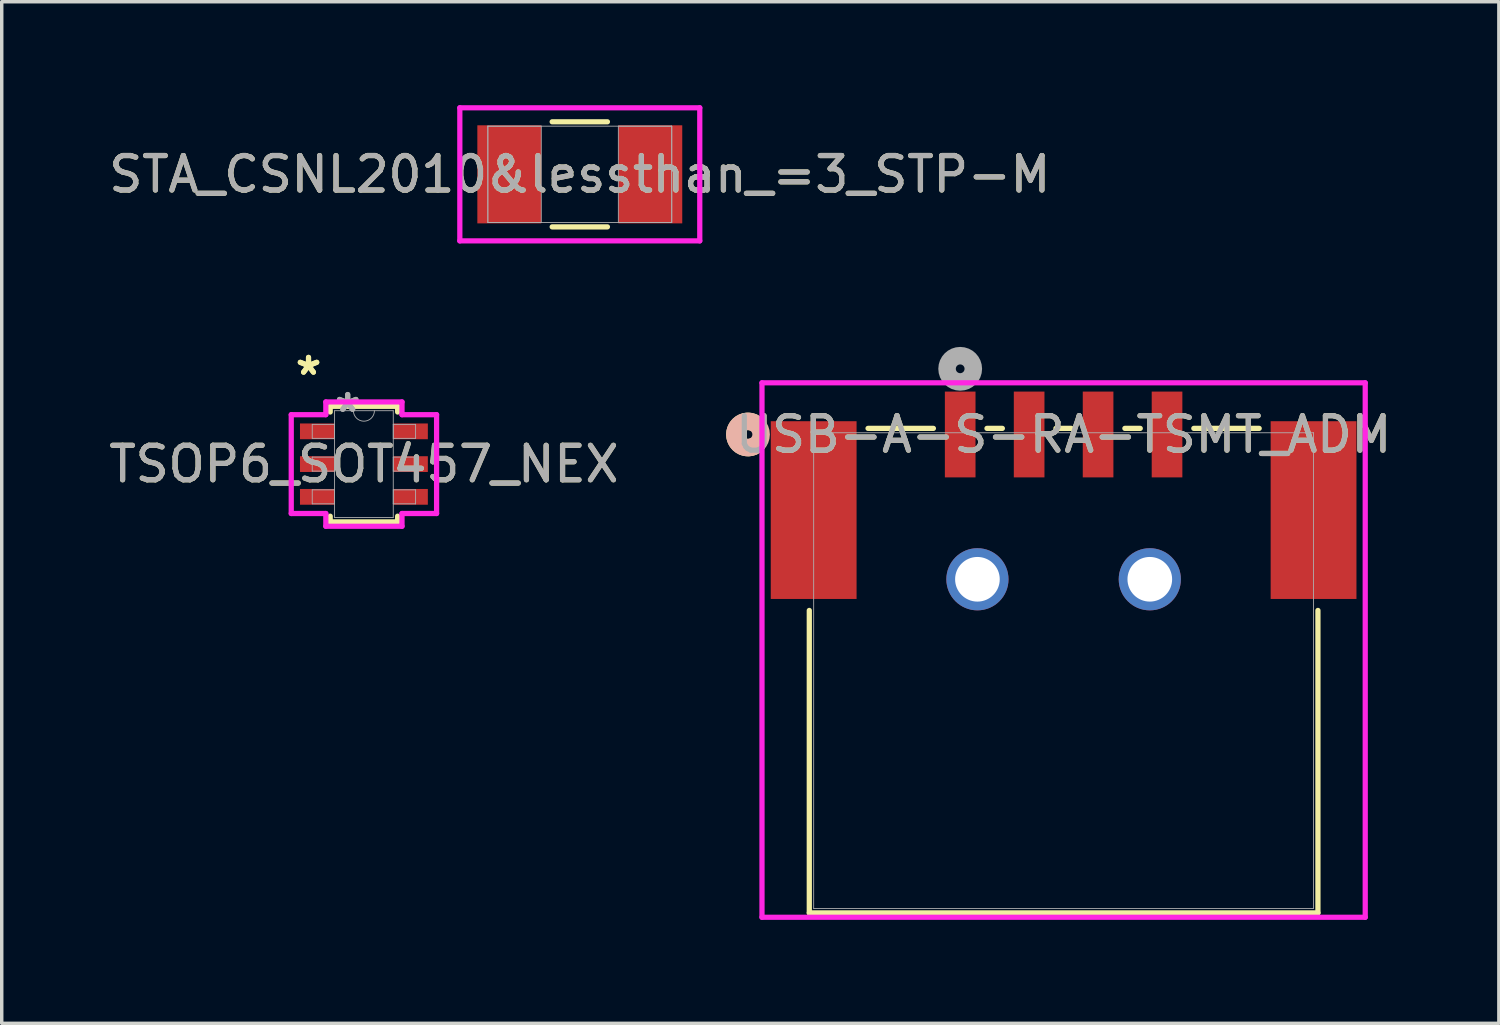
<source format=kicad_pcb>
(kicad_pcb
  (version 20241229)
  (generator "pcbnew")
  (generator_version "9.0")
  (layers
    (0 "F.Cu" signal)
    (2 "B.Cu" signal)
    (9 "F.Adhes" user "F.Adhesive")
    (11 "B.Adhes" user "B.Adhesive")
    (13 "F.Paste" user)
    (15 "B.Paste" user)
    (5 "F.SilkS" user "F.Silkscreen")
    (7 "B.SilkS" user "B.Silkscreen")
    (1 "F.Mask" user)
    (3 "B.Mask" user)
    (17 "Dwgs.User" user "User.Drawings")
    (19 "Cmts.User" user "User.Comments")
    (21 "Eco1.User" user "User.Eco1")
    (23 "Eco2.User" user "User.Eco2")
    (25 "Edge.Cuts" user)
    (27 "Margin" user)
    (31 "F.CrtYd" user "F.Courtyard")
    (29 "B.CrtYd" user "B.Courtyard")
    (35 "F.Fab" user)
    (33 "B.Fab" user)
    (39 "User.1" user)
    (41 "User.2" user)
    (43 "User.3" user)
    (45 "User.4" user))
  (footprint "TSOP6_SOT457_NEX"
    (layer "F.Cu")
    (at 7.506 10.412)
    (property "Reference" "TSOP6_SOT457_NEX" (at 0 0 0) (unlocked yes) (layer "F.SilkS") (effects (font (size 1 1) (thickness 0.15))))
    (attr smd)
    (fp_line (start -0.978 -1.676) (end -0.978 -1.511) (stroke (width 0.152) (type solid)) (layer "F.SilkS"))
    (fp_line (start -0.978 1.511) (end -0.978 1.676) (stroke (width 0.152) (type solid)) (layer "F.SilkS"))
    (fp_line (start -0.978 1.676) (end 0.978 1.676) (stroke (width 0.152) (type solid)) (layer "F.SilkS"))
    (fp_line (start 0.978 -1.676) (end -0.978 -1.676) (stroke (width 0.152) (type solid)) (layer "F.SilkS"))
    (fp_line (start 0.978 -1.511) (end 0.978 -1.676) (stroke (width 0.152) (type solid)) (layer "F.SilkS"))
    (fp_line (start 0.978 1.676) (end 0.978 1.511) (stroke (width 0.152) (type solid)) (layer "F.SilkS"))
    (fp_line (start -2.108 -1.433) (end -1.105 -1.433) (stroke (width 0.152) (type solid)) (layer "F.CrtYd"))
    (fp_line (start -2.108 1.433) (end -2.108 -1.433) (stroke (width 0.152) (type solid)) (layer "F.CrtYd"))
    (fp_line (start -2.108 1.433) (end -1.105 1.433) (stroke (width 0.152) (type solid)) (layer "F.CrtYd"))
    (fp_line (start -1.105 -1.803) (end 1.105 -1.803) (stroke (width 0.152) (type solid)) (layer "F.CrtYd"))
    (fp_line (start -1.105 -1.433) (end -1.105 -1.803) (stroke (width 0.152) (type solid)) (layer "F.CrtYd"))
    (fp_line (start -1.105 1.803) (end -1.105 1.433) (stroke (width 0.152) (type solid)) (layer "F.CrtYd"))
    (fp_line (start 1.105 -1.803) (end 1.105 -1.433) (stroke (width 0.152) (type solid)) (layer "F.CrtYd"))
    (fp_line (start 1.105 1.433) (end 1.105 1.803) (stroke (width 0.152) (type solid)) (layer "F.CrtYd"))
    (fp_line (start 1.105 1.803) (end -1.105 1.803) (stroke (width 0.152) (type solid)) (layer "F.CrtYd"))
    (fp_line (start 2.108 -1.433) (end 1.105 -1.433) (stroke (width 0.152) (type solid)) (layer "F.CrtYd"))
    (fp_line (start 2.108 -1.433) (end 2.108 1.433) (stroke (width 0.152) (type solid)) (layer "F.CrtYd"))
    (fp_line (start 2.108 1.433) (end 1.105 1.433) (stroke (width 0.152) (type solid)) (layer "F.CrtYd"))
    (fp_line (start -1.499 -1.153) (end -1.499 -0.747) (stroke (width 0.025) (type solid)) (layer "F.Fab"))
    (fp_line (start -1.499 -0.747) (end -0.851 -0.747) (stroke (width 0.025) (type solid)) (layer "F.Fab"))
    (fp_line (start -1.499 -0.203) (end -1.499 0.203) (stroke (width 0.025) (type solid)) (layer "F.Fab"))
    (fp_line (start -1.499 0.203) (end -0.851 0.203) (stroke (width 0.025) (type solid)) (layer "F.Fab"))
    (fp_line (start -1.499 0.747) (end -1.499 1.153) (stroke (width 0.025) (type solid)) (layer "F.Fab"))
    (fp_line (start -1.499 1.153) (end -0.851 1.153) (stroke (width 0.025) (type solid)) (layer "F.Fab"))
    (fp_line (start -0.851 -1.549) (end -0.851 1.549) (stroke (width 0.025) (type solid)) (layer "F.Fab"))
    (fp_line (start -0.851 -1.153) (end -1.499 -1.153) (stroke (width 0.025) (type solid)) (layer "F.Fab"))
    (fp_line (start -0.851 -0.747) (end -0.851 -1.153) (stroke (width 0.025) (type solid)) (layer "F.Fab"))
    (fp_line (start -0.851 -0.203) (end -1.499 -0.203) (stroke (width 0.025) (type solid)) (layer "F.Fab"))
    (fp_line (start -0.851 0.203) (end -0.851 -0.203) (stroke (width 0.025) (type solid)) (layer "F.Fab"))
    (fp_line (start -0.851 0.747) (end -1.499 0.747) (stroke (width 0.025) (type solid)) (layer "F.Fab"))
    (fp_line (start -0.851 1.153) (end -0.851 0.747) (stroke (width 0.025) (type solid)) (layer "F.Fab"))
    (fp_line (start -0.851 1.549) (end 0.851 1.549) (stroke (width 0.025) (type solid)) (layer "F.Fab"))
    (fp_line (start 0.851 -1.549) (end -0.851 -1.549) (stroke (width 0.025) (type solid)) (layer "F.Fab"))
    (fp_line (start 0.851 -1.153) (end 0.851 -0.747) (stroke (width 0.025) (type solid)) (layer "F.Fab"))
    (fp_line (start 0.851 -0.747) (end 1.499 -0.747) (stroke (width 0.025) (type solid)) (layer "F.Fab"))
    (fp_line (start 0.851 -0.203) (end 0.851 0.203) (stroke (width 0.025) (type solid)) (layer "F.Fab"))
    (fp_line (start 0.851 0.203) (end 1.499 0.203) (stroke (width 0.025) (type solid)) (layer "F.Fab"))
    (fp_line (start 0.851 0.747) (end 0.851 1.153) (stroke (width 0.025) (type solid)) (layer "F.Fab"))
    (fp_line (start 0.851 1.153) (end 1.499 1.153) (stroke (width 0.025) (type solid)) (layer "F.Fab"))
    (fp_line (start 0.851 1.549) (end 0.851 -1.549) (stroke (width 0.025) (type solid)) (layer "F.Fab"))
    (fp_line (start 1.499 -1.153) (end 0.851 -1.153) (stroke (width 0.025) (type solid)) (layer "F.Fab"))
    (fp_line (start 1.499 -0.747) (end 1.499 -1.153) (stroke (width 0.025) (type solid)) (layer "F.Fab"))
    (fp_line (start 1.499 -0.203) (end 0.851 -0.203) (stroke (width 0.025) (type solid)) (layer "F.Fab"))
    (fp_line (start 1.499 0.203) (end 1.499 -0.203) (stroke (width 0.025) (type solid)) (layer "F.Fab"))
    (fp_line (start 1.499 0.747) (end 0.851 0.747) (stroke (width 0.025) (type solid)) (layer "F.Fab"))
    (fp_line (start 1.499 1.153) (end 1.499 0.747) (stroke (width 0.025) (type solid)) (layer "F.Fab"))
    (fp_arc (start 0.3048 -1.5494) (mid 0 -1.2446) (end -0.3048 -1.5494) (stroke (width 0.0254) (type solid)) (layer "F.Fab"))
    (fp_text user "*" (at -1.607 -2.55 0) (layer "F.SilkS") (effects (font (size 1 1) (thickness 0.15))))
    (fp_text user "*" (at -1.607 -2.55 0) (unlocked yes) (layer "F.SilkS") (effects (font (size 1 1) (thickness 0.15))))
    (fp_text user "*" (at -0.47 -1.473 0) (layer "F.Fab") (effects (font (size 1 1) (thickness 0.15))))
    (fp_text user "*" (at -0.47 -1.473 0) (unlocked yes) (layer "F.Fab") (effects (font (size 1 1) (thickness 0.15))))
    (fp_text user "${REFERENCE}" (at 0 0 0) (unlocked yes) (layer "F.Fab") (effects (font (size 1 1) (thickness 0.15))))
    (pad "1" smd rect (at -1.353 -0.95) (size 1.003 0.457) (layers "F.Cu" "F.Mask" "F.Paste"))
    (pad "2" smd rect (at -1.353 0) (size 1.003 0.457) (layers "F.Cu" "F.Mask" "F.Paste"))
    (pad "3" smd rect (at -1.353 0.95) (size 1.003 0.457) (layers "F.Cu" "F.Mask" "F.Paste"))
    (pad "4" smd rect (at 1.353 0.95) (size 1.003 0.457) (layers "F.Cu" "F.Mask" "F.Paste"))
    (pad "5" smd rect (at 1.353 0) (size 1.003 0.457) (layers "F.Cu" "F.Mask" "F.Paste"))
    (pad "6" smd rect (at 1.353 -0.95) (size 1.003 0.457) (layers "F.Cu" "F.Mask" "F.Paste")))
  (footprint "STA_CSNL2010&lessthan_=3_STP-M"
    (layer "F.Cu")
    (at 13.768 2.007)
    (property "Reference" "STA_CSNL2010&lessthan_=3_STP-M" (at 0 0 0) (unlocked yes) (layer "F.SilkS") (effects (font (size 1 1) (thickness 0.15))))
    (attr smd)
    (fp_line (start -0.801 1.524) (end 0.801 1.524) (stroke (width 0.152) (type solid)) (layer "F.SilkS"))
    (fp_line (start 0.801 -1.524) (end -0.801 -1.524) (stroke (width 0.152) (type solid)) (layer "F.SilkS"))
    (fp_line (start -3.48 -1.93) (end 3.48 -1.93) (stroke (width 0.152) (type solid)) (layer "F.CrtYd"))
    (fp_line (start -3.48 1.93) (end -3.48 -1.93) (stroke (width 0.152) (type solid)) (layer "F.CrtYd"))
    (fp_line (start 3.48 -1.93) (end 3.48 1.93) (stroke (width 0.152) (type solid)) (layer "F.CrtYd"))
    (fp_line (start 3.48 1.93) (end -3.48 1.93) (stroke (width 0.152) (type solid)) (layer "F.CrtYd"))
    (fp_line (start -2.667 -1.397) (end -2.667 1.397) (stroke (width 0.025) (type solid)) (layer "F.Fab"))
    (fp_line (start -2.667 -1.397) (end -2.667 1.397) (stroke (width 0.025) (type solid)) (layer "F.Fab"))
    (fp_line (start -2.667 1.397) (end -1.118 1.397) (stroke (width 0.025) (type solid)) (layer "F.Fab"))
    (fp_line (start -2.667 1.397) (end 2.667 1.397) (stroke (width 0.025) (type solid)) (layer "F.Fab"))
    (fp_line (start -1.118 -1.397) (end -2.667 -1.397) (stroke (width 0.025) (type solid)) (layer "F.Fab"))
    (fp_line (start -1.118 1.397) (end -1.118 -1.397) (stroke (width 0.025) (type solid)) (layer "F.Fab"))
    (fp_line (start 1.118 -1.397) (end 1.118 1.397) (stroke (width 0.025) (type solid)) (layer "F.Fab"))
    (fp_line (start 1.118 1.397) (end 2.667 1.397) (stroke (width 0.025) (type solid)) (layer "F.Fab"))
    (fp_line (start 2.667 -1.397) (end -2.667 -1.397) (stroke (width 0.025) (type solid)) (layer "F.Fab"))
    (fp_line (start 2.667 -1.397) (end 1.118 -1.397) (stroke (width 0.025) (type solid)) (layer "F.Fab"))
    (fp_line (start 2.667 1.397) (end 2.667 -1.397) (stroke (width 0.025) (type solid)) (layer "F.Fab"))
    (fp_line (start 2.667 1.397) (end 2.667 -1.397) (stroke (width 0.025) (type solid)) (layer "F.Fab"))
    (fp_text user "${REFERENCE}" (at 0 0 0) (unlocked yes) (layer "F.Fab") (effects (font (size 1 1) (thickness 0.15))))
    (pad "1" smd rect (at -2.045 0) (size 1.854 2.845) (layers "F.Cu" "F.Mask" "F.Paste"))
    (pad "2" smd rect (at 2.045 0) (size 1.854 2.845) (layers "F.Cu" "F.Mask" "F.Paste"))
    (zone (net_name "") (layer "F.Cu") (hatch full 0.508) (connect_pads) (min_thickness 0.254) (filled_areas_thickness no) (keepout (tracks not_allowed) (vias not_allowed) (pads allowed) (copperpour not_allowed) (footprints allowed)) (placement (enabled no)) (fill) (polygon (pts (xy 12.701 0.66) (xy 14.835 0.66) (xy 14.835 3.353) (xy 12.701 3.353)))))
  (footprint "USB-A-S-RA-TSMT_ADM"
    (layer "F.Cu")
    (at 24.802 9.553)
    (property "Reference" "USB-A-S-RA-TSMT_ADM" (at 3 0 0) (unlocked yes) (layer "F.SilkS") (effects (font (size 1 1) (thickness 0.15))))
    (attr smd)
    (fp_line (start -4.377 5.104) (end -4.377 13.877) (stroke (width 0.152) (type solid)) (layer "F.SilkS"))
    (fp_line (start -4.377 13.877) (end 10.377 13.877) (stroke (width 0.152) (type solid)) (layer "F.SilkS"))
    (fp_line (start -0.777 -0.177) (end -2.673 -0.177) (stroke (width 0.152) (type solid)) (layer "F.SilkS"))
    (fp_line (start 1.223 -0.177) (end 0.777 -0.177) (stroke (width 0.152) (type solid)) (layer "F.SilkS"))
    (fp_line (start 3.223 -0.177) (end 2.777 -0.177) (stroke (width 0.152) (type solid)) (layer "F.SilkS"))
    (fp_line (start 5.223 -0.177) (end 4.777 -0.177) (stroke (width 0.152) (type solid)) (layer "F.SilkS"))
    (fp_line (start 8.673 -0.177) (end 6.777 -0.177) (stroke (width 0.152) (type solid)) (layer "F.SilkS"))
    (fp_line (start 10.377 13.877) (end 10.377 5.104) (stroke (width 0.152) (type solid)) (layer "F.SilkS"))
    (fp_arc (start -6.005139 0.350289) (mid -6.536 0) (end -6.005139 -0.350289) (stroke (width 0.508) (type solid)) (layer "F.SilkS"))
    (fp_circle (center -6.155 0) (end -5.774 0) (stroke (width 0.508) (type solid)) (fill no) (layer "B.SilkS"))
    (fp_line (start -5.749 -1.499) (end -5.749 14.004) (stroke (width 0.152) (type solid)) (layer "F.CrtYd"))
    (fp_line (start -5.749 14.004) (end 11.749 14.004) (stroke (width 0.152) (type solid)) (layer "F.CrtYd"))
    (fp_line (start 11.749 -1.499) (end -5.749 -1.499) (stroke (width 0.152) (type solid)) (layer "F.CrtYd"))
    (fp_line (start 11.749 14.004) (end 11.749 -1.499) (stroke (width 0.152) (type solid)) (layer "F.CrtYd"))
    (fp_line (start -4.25 -0.05) (end -4.25 13.75) (stroke (width 0.025) (type solid)) (layer "F.Fab"))
    (fp_line (start -4.25 13.75) (end 10.25 13.75) (stroke (width 0.025) (type solid)) (layer "F.Fab"))
    (fp_line (start 10.25 -0.05) (end -4.25 -0.05) (stroke (width 0.025) (type solid)) (layer "F.Fab"))
    (fp_line (start 10.25 13.75) (end 10.25 -0.05) (stroke (width 0.025) (type solid)) (layer "F.Fab"))
    (fp_circle (center 0 -1.905) (end 0.381 -1.905) (stroke (width 0.508) (type solid)) (fill no) (layer "F.Fab"))
    (fp_text user "${REFERENCE}" (at 3 0 0) (unlocked yes) (layer "F.Fab") (effects (font (size 1 1) (thickness 0.15))))
    (pad "1" smd rect (at 0 0) (size 0.889 2.489) (layers "F.Cu" "F.Mask" "F.Paste"))
    (pad "2" smd rect (at 2 0) (size 0.889 2.489) (layers "F.Cu" "F.Mask" "F.Paste"))
    (pad "3" smd rect (at 4 0) (size 0.889 2.489) (layers "F.Cu" "F.Mask" "F.Paste"))
    (pad "4" smd rect (at 6 0) (size 0.889 2.489) (layers "F.Cu" "F.Mask" "F.Paste"))
    (pad "5" thru_hole circle (at 0.5 4.2) (size 1.803 1.803) (drill 1.295) (layers "*.Cu" "*.Mask"))
    (pad "6" thru_hole circle (at 5.5 4.2) (size 1.803 1.803) (drill 1.295) (layers "*.Cu" "*.Mask"))
    (pad "7" smd rect (at -4.25 2.193) (size 2.489 5.156) (layers "F.Cu" "F.Mask" "F.Paste"))
    (pad "8" smd rect (at 10.25 2.193) (size 2.489 5.156) (layers "F.Cu" "F.Mask" "F.Paste")))
  (gr_rect
    (start -3 -3)
    (end 40.427 26.633)
    (stroke (width 0.1) (type default))
    (fill no)
    (layer "Edge.Cuts")))
</source>
